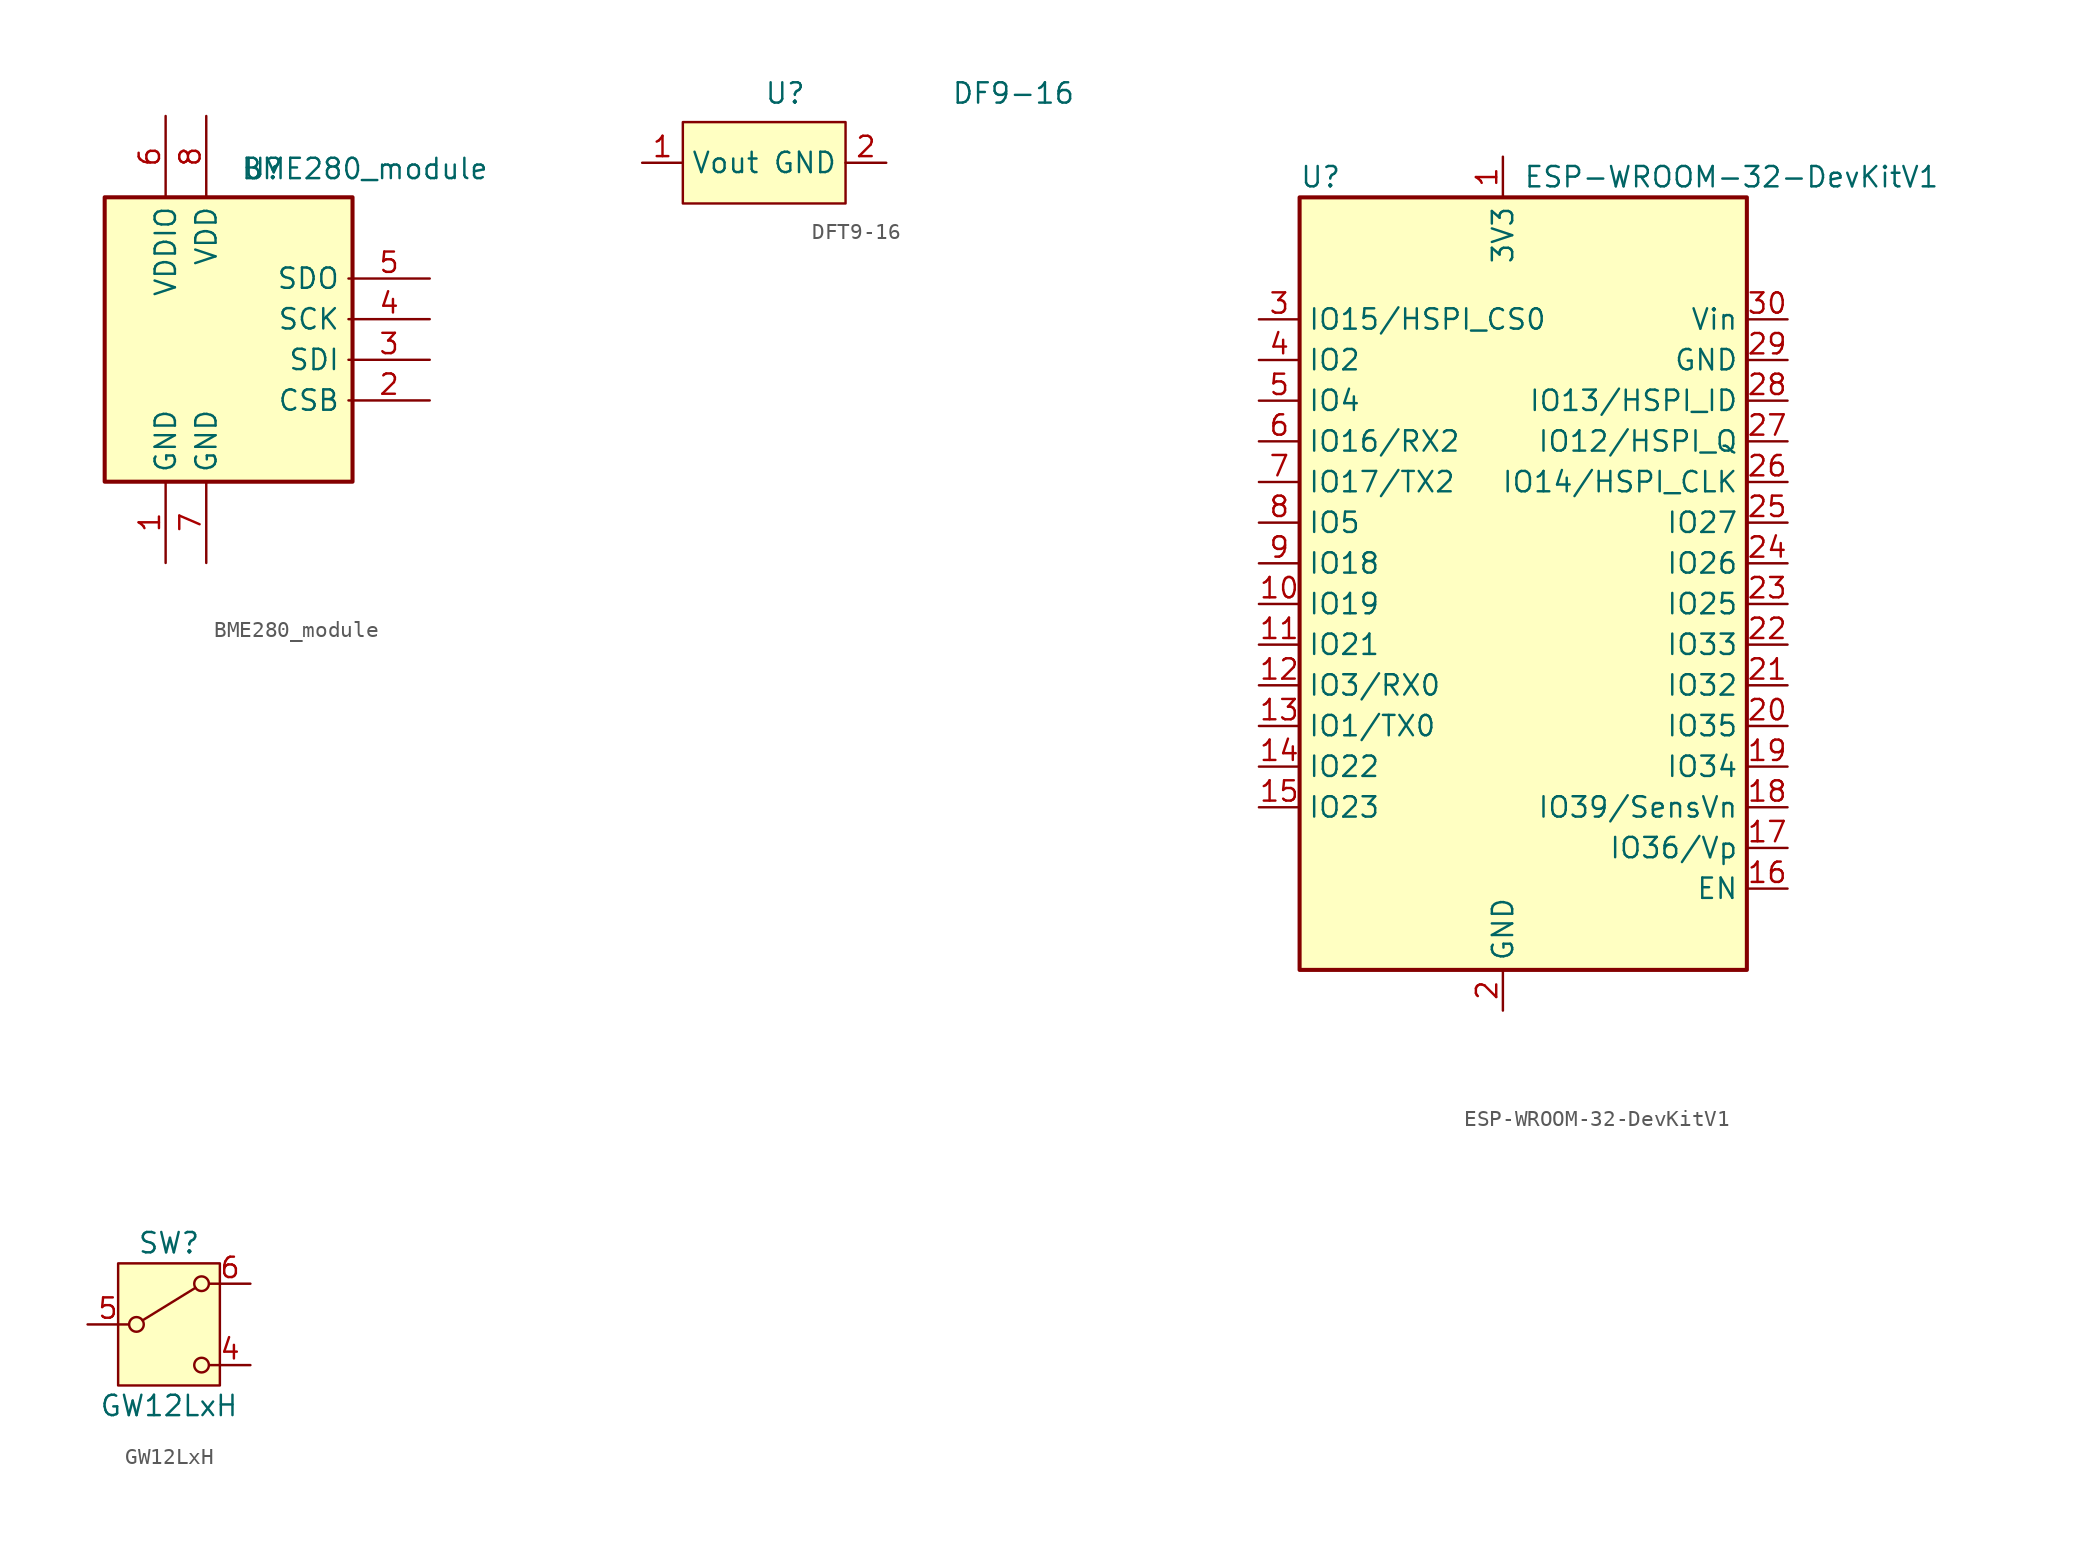
<source format=kicad_sym>
(kicad_symbol_lib
  (version 20231120)
  (generator "kicad_symbol_editor")
  (generator_version "8.0")
  (symbol "BME280_module"
    (property "Reference" "U"
      (at 4.826 17.018 0)
      (effects (font (size 1.27 1.27))))
    (property "Value" "BME280_module"
      (at 11.176 17.018 0)
      (effects (font (size 1.27 1.27))))
    (symbol "BME280_module_0_1"
      (rectangle (start -5.08 15.24) (end 10.414 -2.54) (stroke (width 0.254) (type default)) (fill (type background))))
    (symbol "BME280_module_1_1"
      (pin power_in line (at -1.27 -7.62 90) (length 5.08) (name "GND" (effects (font (size 1.27 1.27)))) (number "1" (effects (font (size 1.27 1.27)))))
      (pin input line (at 15.24 2.54 180) (length 5.08) (name "CSB" (effects (font (size 1.27 1.27)))) (number "2" (effects (font (size 1.27 1.27)))))
      (pin bidirectional line (at 15.24 5.08 180) (length 5.08) (name "SDI" (effects (font (size 1.27 1.27)))) (number "3" (effects (font (size 1.27 1.27)))))
      (pin input line (at 15.24 7.62 180) (length 5.08) (name "SCK" (effects (font (size 1.27 1.27)))) (number "4" (effects (font (size 1.27 1.27)))))
      (pin bidirectional line (at 15.24 10.16 180) (length 5.08) (name "SDO" (effects (font (size 1.27 1.27)))) (number "5" (effects (font (size 1.27 1.27)))))
      (pin power_in line (at -1.27 20.32 270) (length 5.08) (name "VDDIO" (effects (font (size 1.27 1.27)))) (number "6" (effects (font (size 1.27 1.27)))))
      (pin power_in line (at 1.27 -7.62 90) (length 5.08) (name "GND" (effects (font (size 1.27 1.27)))) (number "7" (effects (font (size 1.27 1.27)))))
      (pin power_in line (at 1.27 20.32 270) (length 5.08) (name "VDD" (effects (font (size 1.27 1.27)))) (number "8" (effects (font (size 1.27 1.27)))))))
  (symbol "DFT9-16"
    (property "Reference" "U"
      (at -7.62 10.16 0)
      (effects (font (size 1.27 1.27)) (justify left top)))
    (property "Value" "DF9-16"
      (at 4.064 10.16 0)
      (effects (font (size 1.27 1.27)) (justify left top)))
    (symbol "DFT9-16_0_1"
      (rectangle (start -12.7 7.62) (end -2.54 2.54) (stroke (width 0) (type default)) (fill (type background))))
    (symbol "DFT9-16_1_1"
      (pin power_out line (at -15.24 5.08 0) (length 2.54) (name "Vout" (effects (font (size 1.27 1.27)))) (number "1" (effects (font (size 1.27 1.27)))))
      (pin power_in line (at 0 5.08 180) (length 2.54) (name "GND" (effects (font (size 1.27 1.27)))) (number "2" (effects (font (size 1.27 1.27)))))))
  (symbol "ESP-WROOM-32-DevKitV1"
    (property "Reference" "U"
      (at -12.7 34.29 0)
      (effects (font (size 1.27 1.27)) (justify left)))
    (property "Value" "ESP-WROOM-32-DevKitV1"
      (at 1.27 34.29 0)
      (effects (font (size 1.27 1.27)) (justify left)))
    (symbol "ESP-WROOM-32-DevKitV1_0_1"
      (rectangle (start -12.7 33.02) (end 15.24 -15.24) (stroke (width 0.254) (type default)) (fill (type background))))
    (symbol "ESP-WROOM-32-DevKitV1_1_1"
      (pin power_in line (at 0 35.56 270) (length 2.54) (name "3V3" (effects (font (size 1.27 1.27)))) (number "1" (effects (font (size 1.27 1.27)))))
      (pin bidirectional line (at -15.24 7.62 0) (length 2.54) (name "IO19" (effects (font (size 1.27 1.27)))) (number "10" (effects (font (size 1.27 1.27)))))
      (pin bidirectional line (at -15.24 5.08 0) (length 2.54) (name "IO21" (effects (font (size 1.27 1.27)))) (number "11" (effects (font (size 1.27 1.27)))))
      (pin bidirectional line (at -15.24 2.54 0) (length 2.54) (name "IO3/RX0" (effects (font (size 1.27 1.27)))) (number "12" (effects (font (size 1.27 1.27)))))
      (pin bidirectional line (at -15.24 0 0) (length 2.54) (name "IO1/TX0" (effects (font (size 1.27 1.27)))) (number "13" (effects (font (size 1.27 1.27)))))
      (pin bidirectional line (at -15.24 -2.54 0) (length 2.54) (name "IO22" (effects (font (size 1.27 1.27)))) (number "14" (effects (font (size 1.27 1.27)))))
      (pin bidirectional line (at -15.24 -5.08 0) (length 2.54) (name "IO23" (effects (font (size 1.27 1.27)))) (number "15" (effects (font (size 1.27 1.27)))))
      (pin input line (at 17.78 -10.16 180) (length 2.54) (name "EN" (effects (font (size 1.27 1.27)))) (number "16" (effects (font (size 1.27 1.27)))))
      (pin input line (at 17.78 -7.62 180) (length 2.54) (name "IO36/Vp" (effects (font (size 1.27 1.27)))) (number "17" (effects (font (size 1.27 1.27)))))
      (pin input line (at 17.78 -5.08 180) (length 2.54) (name "IO39/SensVn" (effects (font (size 1.27 1.27)))) (number "18" (effects (font (size 1.27 1.27)))))
      (pin input line (at 17.78 -2.54 180) (length 2.54) (name "IO34" (effects (font (size 1.27 1.27)))) (number "19" (effects (font (size 1.27 1.27)))))
      (pin power_in line (at 0 -17.78 90) (length 2.54) (name "GND" (effects (font (size 1.27 1.27)))) (number "2" (effects (font (size 1.27 1.27)))))
      (pin input line (at 17.78 0 180) (length 2.54) (name "IO35" (effects (font (size 1.27 1.27)))) (number "20" (effects (font (size 1.27 1.27)))))
      (pin bidirectional line (at 17.78 2.54 180) (length 2.54) (name "IO32" (effects (font (size 1.27 1.27)))) (number "21" (effects (font (size 1.27 1.27)))))
      (pin bidirectional line (at 17.78 5.08 180) (length 2.54) (name "IO33" (effects (font (size 1.27 1.27)))) (number "22" (effects (font (size 1.27 1.27)))))
      (pin bidirectional line (at 17.78 7.62 180) (length 2.54) (name "IO25" (effects (font (size 1.27 1.27)))) (number "23" (effects (font (size 1.27 1.27)))))
      (pin bidirectional line (at 17.78 10.16 180) (length 2.54) (name "IO26" (effects (font (size 1.27 1.27)))) (number "24" (effects (font (size 1.27 1.27)))))
      (pin bidirectional line (at 17.78 12.7 180) (length 2.54) (name "IO27" (effects (font (size 1.27 1.27)))) (number "25" (effects (font (size 1.27 1.27)))))
      (pin bidirectional line (at 17.78 15.24 180) (length 2.54) (name "IO14/HSPI_CLK" (effects (font (size 1.27 1.27)))) (number "26" (effects (font (size 1.27 1.27)))))
      (pin bidirectional line (at 17.78 17.78 180) (length 2.54) (name "IO12/HSPI_Q" (effects (font (size 1.27 1.27)))) (number "27" (effects (font (size 1.27 1.27)))))
      (pin bidirectional line (at 17.78 20.32 180) (length 2.54) (name "IO13/HSPI_ID" (effects (font (size 1.27 1.27)))) (number "28" (effects (font (size 1.27 1.27)))))
      (pin power_in line (at 17.78 22.86 180) (length 2.54) (name "GND" (effects (font (size 1.27 1.27)))) (number "29" (effects (font (size 1.27 1.27)))))
      (pin bidirectional line (at -15.24 25.4 0) (length 2.54) (name "IO15/HSPI_CS0" (effects (font (size 1.27 1.27)))) (number "3" (effects (font (size 1.27 1.27)))))
      (pin power_in line (at 17.78 25.4 180) (length 2.54) (name "Vin" (effects (font (size 1.27 1.27)))) (number "30" (effects (font (size 1.27 1.27)))))
      (pin bidirectional line (at -15.24 22.86 0) (length 2.54) (name "IO2" (effects (font (size 1.27 1.27)))) (number "4" (effects (font (size 1.27 1.27)))))
      (pin bidirectional line (at -15.24 20.32 0) (length 2.54) (name "IO4" (effects (font (size 1.27 1.27)))) (number "5" (effects (font (size 1.27 1.27)))))
      (pin bidirectional line (at -15.24 17.78 0) (length 2.54) (name "IO16/RX2" (effects (font (size 1.27 1.27)))) (number "6" (effects (font (size 1.27 1.27)))))
      (pin bidirectional line (at -15.24 15.24 0) (length 2.54) (name "IO17/TX2" (effects (font (size 1.27 1.27)))) (number "7" (effects (font (size 1.27 1.27)))))
      (pin bidirectional line (at -15.24 12.7 0) (length 2.54) (name "IO5" (effects (font (size 1.27 1.27)))) (number "8" (effects (font (size 1.27 1.27)))))
      (pin bidirectional line (at -15.24 10.16 0) (length 2.54) (name "IO18" (effects (font (size 1.27 1.27)))) (number "9" (effects (font (size 1.27 1.27)))))))
  (symbol "GW12LxH"
    (pin_names
      (offset 0) hide)
    (property "Reference" "SW"
      (at 0 5.08 0)
      (effects (font (size 1.27 1.27))))
    (property "Value" "GW12LxH"
      (at 0 -5.08 0)
      (effects (font (size 1.27 1.27))))
    (symbol "GW12LxH_0_1"
      (circle (center -2.032 0) (radius 0.457) (stroke (width 0) (type default)) (fill (type none)))
      (polyline (pts (xy -1.651 0.254) (xy 1.651 2.286)) (stroke (width 0) (type default)) (fill (type none)))
      (circle (center 2.032 -2.54) (radius 0.457) (stroke (width 0) (type default)) (fill (type none)))
      (circle (center 2.032 2.54) (radius 0.457) (stroke (width 0) (type default)) (fill (type none))))
    (symbol "GW12LxH_1_1"
      (rectangle (start -3.175 3.81) (end 3.175 -3.81) (stroke (width 0) (type default)) (fill (type background)))
      (pin passive line (at 5.08 -2.54 180) (length 2.54) (name "4" (effects (font (size 1.27 1.27)))) (number "4" (effects (font (size 1.27 1.27)))))
      (pin passive line (at -5.08 0 0) (length 2.54) (name "5" (effects (font (size 1.27 1.27)))) (number "5" (effects (font (size 1.27 1.27)))))
      (pin passive line (at 5.08 2.54 180) (length 2.54) (name "6" (effects (font (size 1.27 1.27)))) (number "6" (effects (font (size 1.27 1.27))))))))
</source>
